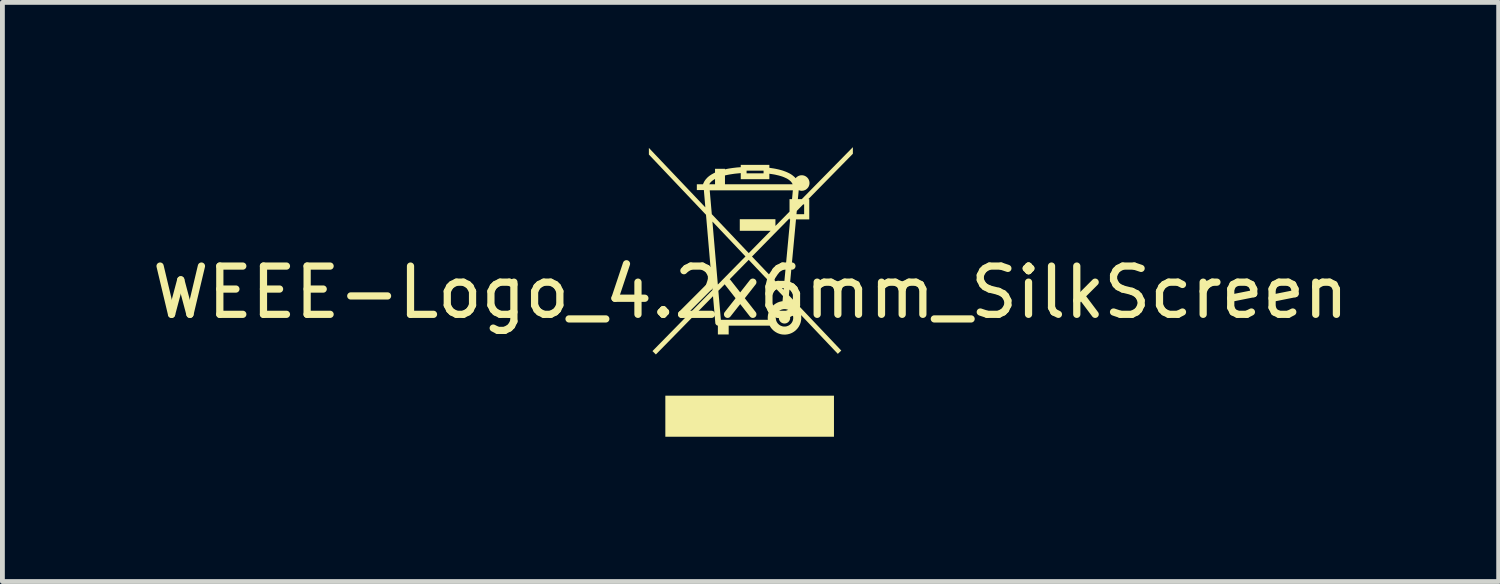
<source format=kicad_pcb>
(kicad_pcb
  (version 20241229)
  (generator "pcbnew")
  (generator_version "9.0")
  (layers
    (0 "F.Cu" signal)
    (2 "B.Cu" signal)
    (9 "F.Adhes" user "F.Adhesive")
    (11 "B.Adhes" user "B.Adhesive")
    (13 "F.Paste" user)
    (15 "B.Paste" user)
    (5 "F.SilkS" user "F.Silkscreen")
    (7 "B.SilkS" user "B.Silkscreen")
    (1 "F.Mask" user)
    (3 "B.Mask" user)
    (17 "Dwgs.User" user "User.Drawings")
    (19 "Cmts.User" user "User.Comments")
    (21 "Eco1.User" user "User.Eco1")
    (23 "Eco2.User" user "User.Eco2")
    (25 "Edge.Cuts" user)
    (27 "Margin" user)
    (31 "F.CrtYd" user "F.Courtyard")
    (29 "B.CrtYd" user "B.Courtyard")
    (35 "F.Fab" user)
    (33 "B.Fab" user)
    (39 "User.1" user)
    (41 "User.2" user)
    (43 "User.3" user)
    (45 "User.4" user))
  (footprint "WEEE-Logo_4.2x6mm_SilkScreen"
    (layer "F.Cu")
    (at 12.506 3.01)
    (property "Reference" "WEEE-Logo_4.2x6mm_SilkScreen" (at 0 0 0) (layer "F.SilkS") (effects (font (size 1 1) (thickness 0.15))))
    (attr exclude_from_pos_files exclude_from_bom allow_missing_courtyard)
    (fp_poly (pts (xy 1.729 2.992) (xy -1.766 2.992) (xy -1.766 2.141) (xy 1.729 2.141)) (stroke (width 0) (type solid)) (fill yes) (layer "F.SilkS"))
    (fp_poly (pts (xy 0.71 0.41) (xy 0.716 0.411) (xy 0.722 0.412) (xy 0.728 0.413) (xy 0.733 0.414) (xy 0.739 0.416) (xy 0.744 0.417) (xy 0.75 0.42) (xy 0.755 0.422) (xy 0.76 0.425) (xy 0.765 0.427) (xy 0.769 0.43) (xy 0.774 0.434) (xy 0.779 0.437) (xy 0.783 0.441) (xy 0.787 0.445) (xy 0.791 0.449) (xy 0.794 0.453) (xy 0.798 0.457) (xy 0.801 0.462) (xy 0.804 0.467) (xy 0.807 0.472) (xy 0.81 0.477) (xy 0.812 0.482) (xy 0.814 0.487) (xy 0.816 0.493) (xy 0.818 0.498) (xy 0.819 0.504) (xy 0.82 0.51) (xy 0.821 0.516) (xy 0.821 0.522) (xy 0.821 0.528) (xy 0.821 0.534) (xy 0.821 0.54) (xy 0.82 0.546) (xy 0.819 0.551) (xy 0.818 0.557) (xy 0.816 0.563) (xy 0.814 0.568) (xy 0.812 0.573) (xy 0.81 0.579) (xy 0.807 0.584) (xy 0.804 0.589) (xy 0.801 0.593) (xy 0.798 0.598) (xy 0.794 0.602) (xy 0.791 0.607) (xy 0.787 0.611) (xy 0.783 0.615) (xy 0.779 0.618) (xy 0.774 0.622) (xy 0.769 0.625) (xy 0.765 0.628) (xy 0.76 0.631) (xy 0.755 0.634) (xy 0.75 0.636) (xy 0.744 0.638) (xy 0.739 0.64) (xy 0.733 0.641) (xy 0.728 0.643) (xy 0.722 0.644) (xy 0.716 0.644) (xy 0.71 0.645) (xy 0.704 0.645) (xy 0.698 0.645) (xy 0.692 0.644) (xy 0.686 0.644) (xy 0.68 0.643) (xy 0.675 0.641) (xy 0.669 0.64) (xy 0.663 0.638) (xy 0.658 0.636) (xy 0.653 0.634) (xy 0.648 0.631) (xy 0.643 0.628) (xy 0.638 0.625) (xy 0.634 0.622) (xy 0.629 0.618) (xy 0.625 0.615) (xy 0.621 0.611) (xy 0.617 0.607) (xy 0.613 0.602) (xy 0.61 0.598) (xy 0.607 0.593) (xy 0.603 0.589) (xy 0.601 0.584) (xy 0.598 0.579) (xy 0.596 0.573) (xy 0.594 0.568) (xy 0.592 0.563) (xy 0.59 0.557) (xy 0.589 0.551) (xy 0.588 0.546) (xy 0.587 0.54) (xy 0.587 0.534) (xy 0.586 0.528) (xy 0.587 0.522) (xy 0.587 0.516) (xy 0.588 0.51) (xy 0.589 0.504) (xy 0.59 0.498) (xy 0.592 0.493) (xy 0.594 0.487) (xy 0.596 0.482) (xy 0.598 0.477) (xy 0.601 0.472) (xy 0.603 0.467) (xy 0.607 0.462) (xy 0.61 0.457) (xy 0.613 0.453) (xy 0.617 0.449) (xy 0.621 0.445) (xy 0.625 0.441) (xy 0.629 0.437) (xy 0.634 0.434) (xy 0.638 0.43) (xy 0.643 0.427) (xy 0.648 0.425) (xy 0.653 0.422) (xy 0.658 0.42) (xy 0.663 0.417) (xy 0.669 0.416) (xy 0.675 0.414) (xy 0.68 0.413) (xy 0.686 0.412) (xy 0.692 0.411) (xy 0.698 0.41) (xy 0.704 0.41)) (stroke (width 0) (type solid)) (fill yes) (layer "F.SilkS"))
    (fp_poly (pts (xy 2.121 -2.873) (xy 1.198 -1.933) (xy 1.217 -1.933) (xy 1.217 -1.512) (xy 0.942 -1.512) (xy 0.795 0.062) (xy 1.881 1.206) (xy 1.809 1.274) (xy 1.047 0.47) (xy 1.048 0.477) (xy 1.049 0.484) (xy 1.049 0.491) (xy 1.05 0.498) (xy 1.051 0.506) (xy 1.051 0.513) (xy 1.051 0.52) (xy 1.051 0.528) (xy 1.051 0.546) (xy 1.05 0.563) (xy 1.047 0.581) (xy 1.044 0.598) (xy 1.04 0.615) (xy 1.036 0.631) (xy 1.03 0.647) (xy 1.024 0.663) (xy 1.017 0.678) (xy 1.009 0.693) (xy 1.001 0.708) (xy 0.992 0.722) (xy 0.982 0.736) (xy 0.972 0.749) (xy 0.961 0.761) (xy 0.95 0.773) (xy 0.938 0.785) (xy 0.925 0.796) (xy 0.912 0.806) (xy 0.898 0.816) (xy 0.884 0.825) (xy 0.87 0.833) (xy 0.855 0.841) (xy 0.839 0.848) (xy 0.823 0.854) (xy 0.807 0.86) (xy 0.791 0.864) (xy 0.774 0.868) (xy 0.757 0.871) (xy 0.739 0.873) (xy 0.722 0.875) (xy 0.704 0.875) (xy 0.679 0.874) (xy 0.655 0.872) (xy 0.631 0.868) (xy 0.608 0.862) (xy 0.585 0.854) (xy 0.563 0.846) (xy 0.542 0.835) (xy 0.522 0.824) (xy 0.503 0.811) (xy 0.484 0.797) (xy 0.467 0.782) (xy 0.45 0.765) (xy 0.435 0.748) (xy 0.421 0.73) (xy 0.408 0.71) (xy 0.397 0.69) (xy -0.453 0.69) (xy -0.453 0.872) (xy -0.677 0.872) (xy -0.677 0.69) (xy -0.679 0.689) (xy -0.682 0.689) (xy -0.684 0.688) (xy -0.687 0.687) (xy -0.689 0.686) (xy -0.691 0.685) (xy -0.694 0.684) (xy -0.696 0.683) (xy -0.7 0.681) (xy -0.705 0.678) (xy -0.709 0.674) (xy -0.713 0.671) (xy -0.716 0.667) (xy -0.719 0.663) (xy -0.722 0.658) (xy -0.724 0.656) (xy -0.725 0.654) (xy -0.726 0.652) (xy -0.727 0.649) (xy -0.728 0.647) (xy -0.728 0.645) (xy -0.729 0.642) (xy -0.73 0.64) (xy -0.73 0.637) (xy -0.73 0.635) (xy -0.778 0.08) (xy -1.962 1.287) (xy -2.033 1.217) (xy -0.805 -0.033) (xy -0.667 -0.033) (xy -0.615 0.569) (xy 0.359 0.569) (xy 0.358 0.564) (xy 0.358 0.559) (xy 0.357 0.554) (xy 0.357 0.549) (xy 0.357 0.544) (xy 0.357 0.538) (xy 0.356 0.533) (xy 0.356 0.528) (xy 0.523 0.528) (xy 0.523 0.537) (xy 0.524 0.546) (xy 0.525 0.555) (xy 0.527 0.564) (xy 0.529 0.573) (xy 0.531 0.581) (xy 0.534 0.59) (xy 0.537 0.598) (xy 0.541 0.606) (xy 0.545 0.614) (xy 0.549 0.621) (xy 0.554 0.629) (xy 0.559 0.636) (xy 0.564 0.643) (xy 0.57 0.649) (xy 0.576 0.656) (xy 0.582 0.661) (xy 0.589 0.667) (xy 0.596 0.673) (xy 0.603 0.678) (xy 0.61 0.682) (xy 0.618 0.687) (xy 0.625 0.691) (xy 0.634 0.694) (xy 0.642 0.697) (xy 0.65 0.7) (xy 0.659 0.703) (xy 0.667 0.705) (xy 0.676 0.706) (xy 0.685 0.708) (xy 0.695 0.708) (xy 0.704 0.708) (xy 0.713 0.708) (xy 0.722 0.708) (xy 0.731 0.706) (xy 0.74 0.705) (xy 0.749 0.703) (xy 0.758 0.7) (xy 0.766 0.697) (xy 0.774 0.694) (xy 0.782 0.691) (xy 0.79 0.687) (xy 0.798 0.682) (xy 0.805 0.678) (xy 0.812 0.673) (xy 0.819 0.667) (xy 0.825 0.661) (xy 0.832 0.656) (xy 0.838 0.649) (xy 0.843 0.643) (xy 0.849 0.636) (xy 0.854 0.629) (xy 0.858 0.621) (xy 0.863 0.614) (xy 0.867 0.606) (xy 0.87 0.598) (xy 0.874 0.59) (xy 0.876 0.581) (xy 0.879 0.573) (xy 0.881 0.564) (xy 0.882 0.555) (xy 0.884 0.546) (xy 0.884 0.537) (xy 0.885 0.528) (xy 0.884 0.518) (xy 0.884 0.509) (xy 0.882 0.5) (xy 0.881 0.491) (xy 0.879 0.483) (xy 0.876 0.474) (xy 0.874 0.466) (xy 0.87 0.457) (xy 0.867 0.449) (xy 0.863 0.442) (xy 0.858 0.434) (xy 0.854 0.427) (xy 0.849 0.42) (xy 0.843 0.413) (xy 0.838 0.406) (xy 0.832 0.4) (xy 0.825 0.394) (xy 0.819 0.388) (xy 0.812 0.383) (xy 0.805 0.378) (xy 0.798 0.373) (xy 0.79 0.369) (xy 0.782 0.365) (xy 0.774 0.361) (xy 0.766 0.358) (xy 0.758 0.355) (xy 0.749 0.353) (xy 0.74 0.351) (xy 0.731 0.349) (xy 0.722 0.348) (xy 0.713 0.347) (xy 0.704 0.347) (xy 0.695 0.347) (xy 0.685 0.348) (xy 0.676 0.349) (xy 0.667 0.351) (xy 0.659 0.353) (xy 0.65 0.355) (xy 0.642 0.358) (xy 0.634 0.361) (xy 0.625 0.365) (xy 0.618 0.369) (xy 0.61 0.373) (xy 0.603 0.378) (xy 0.596 0.383) (xy 0.589 0.388) (xy 0.582 0.394) (xy 0.576 0.4) (xy 0.57 0.406) (xy 0.564 0.413) (xy 0.559 0.42) (xy 0.554 0.427) (xy 0.549 0.434) (xy 0.545 0.442) (xy 0.541 0.449) (xy 0.537 0.457) (xy 0.534 0.466) (xy 0.531 0.474) (xy 0.529 0.483) (xy 0.527 0.491) (xy 0.525 0.5) (xy 0.524 0.509) (xy 0.523 0.518) (xy 0.523 0.528) (xy 0.356 0.528) (xy 0.357 0.511) (xy 0.358 0.495) (xy 0.36 0.479) (xy 0.362 0.463) (xy 0.366 0.447) (xy 0.37 0.431) (xy 0.375 0.416) (xy 0.38 0.401) (xy 0.386 0.387) (xy 0.393 0.373) (xy 0.4 0.359) (xy 0.408 0.346) (xy 0.416 0.333) (xy 0.425 0.32) (xy 0.435 0.308) (xy 0.445 0.296) (xy 0.456 0.285) (xy 0.467 0.274) (xy 0.478 0.263) (xy 0.49 0.254) (xy 0.503 0.244) (xy 0.515 0.236) (xy 0.529 0.228) (xy 0.542 0.22) (xy 0.556 0.213) (xy 0.571 0.207) (xy 0.585 0.201) (xy 0.6 0.196) (xy 0.616 0.192) (xy 0.631 0.188) (xy 0.647 0.185) (xy 0.663 0.183) (xy 0.673 0.076) (xy -0.038 -0.674) (xy -0.667 -0.033) (xy -0.805 -0.033) (xy -0.789 -0.049) (xy -0.911 -1.468) (xy -0.79 -1.468) (xy -0.678 -0.162) (xy -0.107 -0.743) (xy 0.03 -0.743) (xy 0.685 -0.054) (xy 0.821 -1.512) (xy 0.808 -1.512) (xy 0.808 -1.535) (xy 0.03 -0.743) (xy -0.107 -0.743) (xy -0.105 -0.745) (xy -0.79 -1.468) (xy -0.911 -1.468) (xy -0.923 -1.608) (xy -2.107 -2.857) (xy -2.107 -2.994) (xy -0.937 -1.762) (xy -0.967 -2.115) (xy -0.846 -2.115) (xy -0.803 -1.621) (xy -0.037 -0.814) (xy 0.416 -1.276) (xy -0.223 -1.276) (xy -0.223 -1.517) (xy 0.516 -1.517) (xy 0.516 -1.377) (xy 0.755 -1.62) (xy 0.952 -1.62) (xy 1.111 -1.62) (xy 1.111 -1.824) (xy 1.091 -1.824) (xy 0.959 -1.689) (xy 0.952 -1.62) (xy 0.755 -1.62) (xy 0.808 -1.674) (xy 0.808 -1.933) (xy 0.86 -1.933) (xy 0.877 -2.115) (xy -0.846 -2.115) (xy -0.967 -2.115) (xy -0.967 -2.12) (xy -1.113 -2.12) (xy -1.113 -2.241) (xy -0.985 -2.241) (xy -0.985 -2.241) (xy -0.856 -2.241) (xy -0.736 -2.241) (xy -0.736 -2.35) (xy -0.746 -2.345) (xy -0.756 -2.339) (xy -0.765 -2.333) (xy -0.774 -2.327) (xy -0.783 -2.321) (xy -0.791 -2.314) (xy -0.8 -2.308) (xy -0.807 -2.301) (xy -0.815 -2.294) (xy -0.822 -2.287) (xy -0.829 -2.28) (xy -0.835 -2.272) (xy -0.841 -2.265) (xy -0.846 -2.257) (xy -0.851 -2.249) (xy -0.856 -2.241) (xy -0.985 -2.241) (xy -0.984 -2.243) (xy -0.983 -2.246) (xy -0.982 -2.249) (xy -0.981 -2.252) (xy -0.98 -2.255) (xy -0.979 -2.258) (xy -0.977 -2.261) (xy -0.976 -2.264) (xy -0.967 -2.282) (xy -0.958 -2.3) (xy -0.947 -2.317) (xy -0.936 -2.333) (xy -0.923 -2.348) (xy -0.91 -2.363) (xy -0.896 -2.378) (xy -0.881 -2.392) (xy -0.865 -2.405) (xy -0.849 -2.418) (xy -0.839 -2.424) (xy -0.53 -2.424) (xy -0.53 -2.241) (xy 0.872 -2.241) (xy 0.867 -2.253) (xy 0.86 -2.264) (xy 0.853 -2.275) (xy 0.845 -2.286) (xy 0.836 -2.297) (xy 0.826 -2.307) (xy 0.815 -2.316) (xy 0.804 -2.326) (xy 0.792 -2.335) (xy 0.779 -2.343) (xy 0.766 -2.352) (xy 0.752 -2.36) (xy 0.722 -2.374) (xy 0.691 -2.388) (xy 0.657 -2.401) (xy 0.622 -2.412) (xy 0.586 -2.422) (xy 0.548 -2.431) (xy 0.509 -2.44) (xy 0.47 -2.447) (xy 0.43 -2.453) (xy 0.39 -2.459) (xy 0.39 -2.346) (xy -0.203 -2.346) (xy -0.203 -2.467) (xy -0.082 -2.467) (xy 0.27 -2.467) (xy 0.27 -2.522) (xy -0.082 -2.522) (xy -0.082 -2.467) (xy -0.203 -2.467) (xy -0.203 -2.472) (xy -0.243 -2.468) (xy -0.283 -2.464) (xy -0.324 -2.46) (xy -0.366 -2.454) (xy -0.407 -2.448) (xy -0.449 -2.441) (xy -0.489 -2.433) (xy -0.53 -2.424) (xy -0.839 -2.424) (xy -0.831 -2.43) (xy -0.814 -2.441) (xy -0.795 -2.452) (xy -0.776 -2.463) (xy -0.756 -2.473) (xy -0.736 -2.483) (xy -0.736 -2.562) (xy -0.53 -2.562) (xy -0.53 -2.55) (xy -0.489 -2.559) (xy -0.448 -2.567) (xy -0.407 -2.573) (xy -0.366 -2.579) (xy -0.324 -2.584) (xy -0.283 -2.589) (xy -0.243 -2.592) (xy -0.203 -2.595) (xy -0.203 -2.643) (xy 0.39 -2.643) (xy 0.39 -2.582) (xy 0.471 -2.57) (xy 0.511 -2.563) (xy 0.55 -2.555) (xy 0.589 -2.546) (xy 0.627 -2.536) (xy 0.665 -2.525) (xy 0.701 -2.512) (xy 0.736 -2.499) (xy 0.77 -2.484) (xy 0.803 -2.468) (xy 0.833 -2.451) (xy 0.862 -2.432) (xy 0.888 -2.411) (xy 0.913 -2.39) (xy 0.935 -2.366) (xy 0.94 -2.373) (xy 0.946 -2.38) (xy 0.953 -2.386) (xy 0.96 -2.392) (xy 0.967 -2.397) (xy 0.974 -2.402) (xy 0.982 -2.407) (xy 0.99 -2.411) (xy 0.998 -2.415) (xy 1.006 -2.418) (xy 1.015 -2.421) (xy 1.024 -2.423) (xy 1.033 -2.425) (xy 1.042 -2.427) (xy 1.052 -2.427) (xy 1.061 -2.428) (xy 1.069 -2.428) (xy 1.078 -2.427) (xy 1.086 -2.426) (xy 1.094 -2.424) (xy 1.101 -2.423) (xy 1.109 -2.421) (xy 1.116 -2.418) (xy 1.124 -2.415) (xy 1.131 -2.412) (xy 1.138 -2.408) (xy 1.145 -2.404) (xy 1.151 -2.4) (xy 1.157 -2.396) (xy 1.163 -2.391) (xy 1.169 -2.386) (xy 1.175 -2.381) (xy 1.18 -2.375) (xy 1.185 -2.369) (xy 1.19 -2.363) (xy 1.195 -2.357) (xy 1.199 -2.35) (xy 1.203 -2.344) (xy 1.206 -2.337) (xy 1.209 -2.329) (xy 1.212 -2.322) (xy 1.215 -2.315) (xy 1.217 -2.307) (xy 1.219 -2.299) (xy 1.22 -2.291) (xy 1.221 -2.283) (xy 1.222 -2.275) (xy 1.222 -2.267) (xy 1.222 -2.259) (xy 1.221 -2.25) (xy 1.22 -2.242) (xy 1.219 -2.234) (xy 1.217 -2.227) (xy 1.215 -2.219) (xy 1.212 -2.212) (xy 1.209 -2.204) (xy 1.206 -2.197) (xy 1.203 -2.19) (xy 1.199 -2.183) (xy 1.195 -2.177) (xy 1.19 -2.171) (xy 1.185 -2.165) (xy 1.18 -2.159) (xy 1.175 -2.153) (xy 1.169 -2.148) (xy 1.163 -2.143) (xy 1.157 -2.138) (xy 1.151 -2.133) (xy 1.145 -2.129) (xy 1.138 -2.125) (xy 1.131 -2.122) (xy 1.124 -2.119) (xy 1.116 -2.116) (xy 1.109 -2.113) (xy 1.101 -2.111) (xy 1.094 -2.109) (xy 1.086 -2.108) (xy 1.078 -2.107) (xy 1.069 -2.106) (xy 1.061 -2.106) (xy 1.057 -2.106) (xy 1.053 -2.106) (xy 1.049 -2.106) (xy 1.045 -2.107) (xy 1.041 -2.107) (xy 1.037 -2.108) (xy 1.033 -2.109) (xy 1.029 -2.109) (xy 1.025 -2.11) (xy 1.021 -2.111) (xy 1.017 -2.112) (xy 1.013 -2.113) (xy 1.01 -2.114) (xy 1.006 -2.116) (xy 1.002 -2.117) (xy 0.999 -2.119) (xy 0.981 -1.933) (xy 1.062 -1.933) (xy 2.121 -3.01)) (stroke (width 0) (type solid)) (fill yes) (layer "F.SilkS")))
  (gr_rect
    (start -3 -3)
    (end 28.012 9.003)
    (stroke (width 0.1) (type default))
    (fill no)
    (layer "Edge.Cuts")))
</source>
